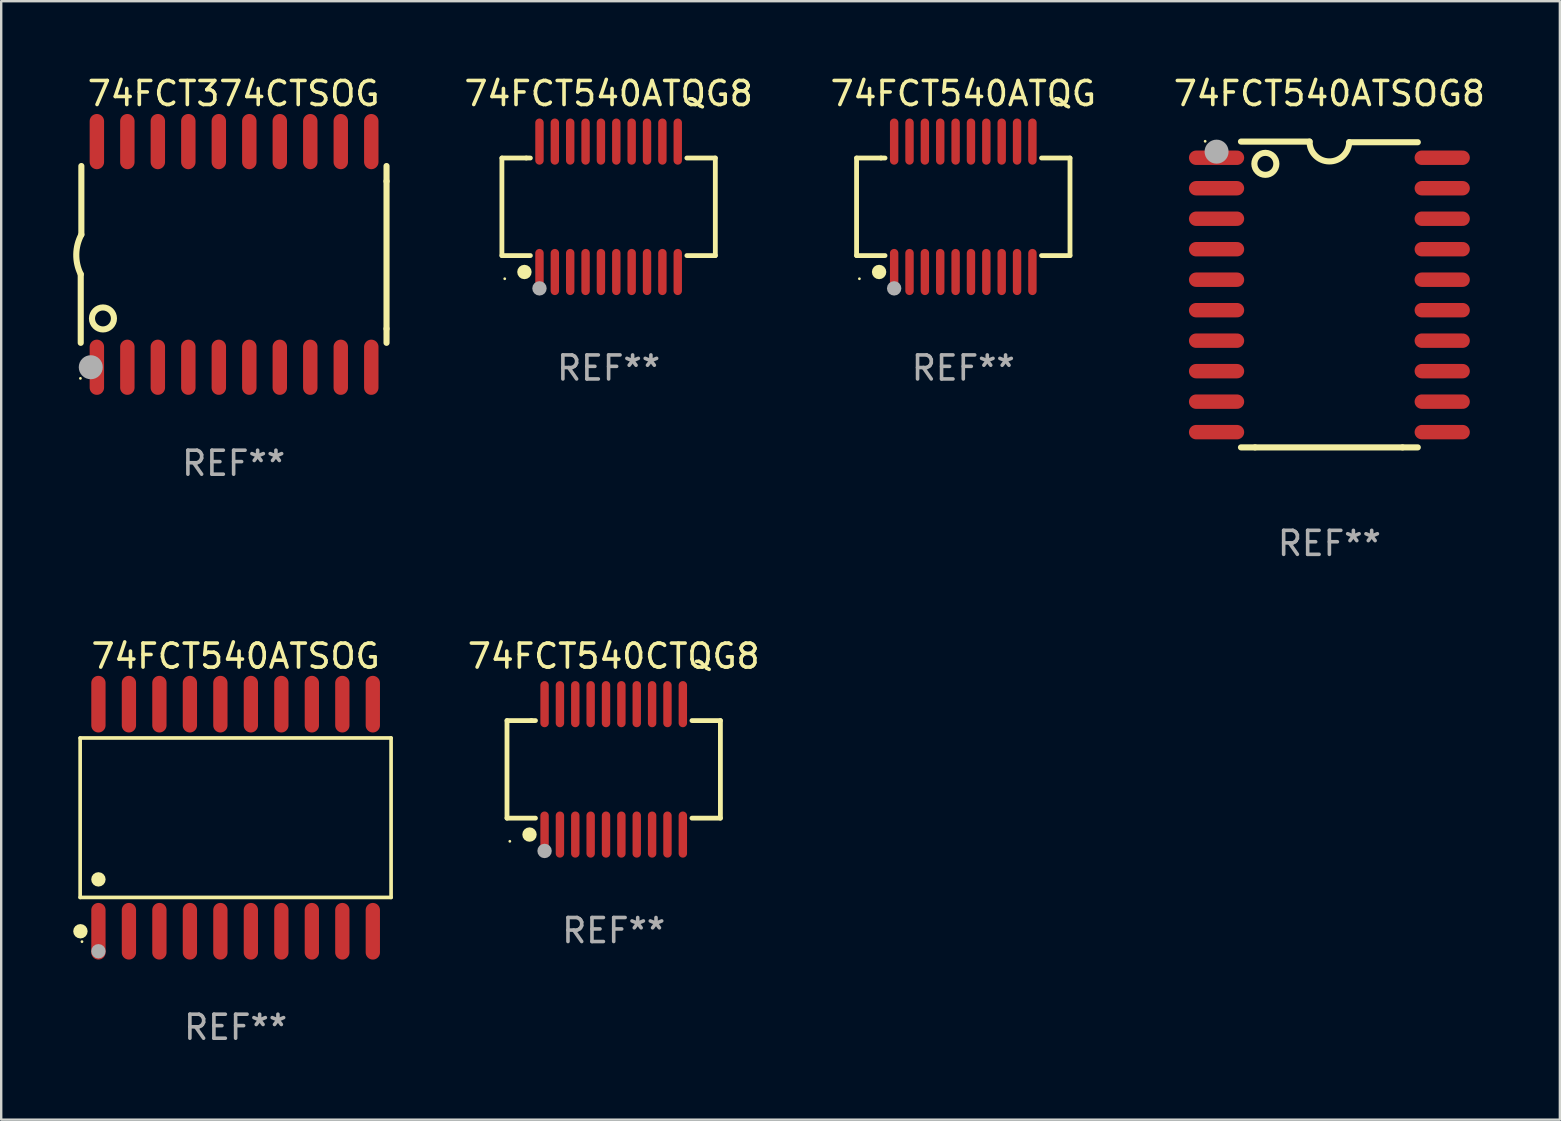
<source format=kicad_pcb>
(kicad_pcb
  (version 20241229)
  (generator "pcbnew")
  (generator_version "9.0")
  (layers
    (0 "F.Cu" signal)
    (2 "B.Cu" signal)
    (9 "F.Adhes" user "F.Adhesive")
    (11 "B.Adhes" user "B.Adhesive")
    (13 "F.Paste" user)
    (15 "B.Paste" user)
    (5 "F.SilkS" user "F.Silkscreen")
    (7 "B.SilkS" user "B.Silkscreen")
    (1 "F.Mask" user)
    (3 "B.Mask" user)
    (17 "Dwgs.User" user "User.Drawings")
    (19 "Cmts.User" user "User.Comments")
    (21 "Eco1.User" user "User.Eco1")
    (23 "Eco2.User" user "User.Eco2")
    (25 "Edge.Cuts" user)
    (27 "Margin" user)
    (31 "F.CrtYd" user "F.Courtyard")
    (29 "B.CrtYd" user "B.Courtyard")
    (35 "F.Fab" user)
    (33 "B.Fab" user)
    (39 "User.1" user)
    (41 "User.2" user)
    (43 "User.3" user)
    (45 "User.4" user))
  (footprint "74FCT540ATSOG8"
    (layer "F.Cu")
    (at 52.326 9.217)
    (property "Reference" "74FCT540ATSOG8" (at 0 -8.369 0) (layer "F.SilkS") (effects (font (size 1 1) (thickness 0.15))))
    (attr through_hole)
    (fp_line (start -3.096 6.369) (end -3.683 6.369) (stroke (width 0.254) (type solid)) (layer "F.SilkS"))
    (fp_line (start -0.825 -6.369) (end -3.683 -6.369) (stroke (width 0.254) (type solid)) (layer "F.SilkS"))
    (fp_line (start 0.826 -6.343) (end 3.683 -6.343) (stroke (width 0.254) (type solid)) (layer "F.SilkS"))
    (fp_line (start 3.048 6.369) (end -3.096 6.369) (stroke (width 0.254) (type solid)) (layer "F.SilkS"))
    (fp_line (start 3.048 6.369) (end 3.683 6.369) (stroke (width 0.254) (type solid)) (layer "F.SilkS"))
    (fp_arc (start 0.825527 -6.343129) (mid -0.012478 -5.543126) (end -0.825476 -6.36853) (stroke (width 0.254001) (type solid)) (layer "F.SilkS"))
    (fp_circle (center -5.175 -6.382) (end -5.145 -6.382) (stroke (width 0.06) (type solid)) (fill no) (layer "F.SilkS"))
    (fp_circle (center -2.667 -5.442) (end -2.209 -5.442) (stroke (width 0.254) (type solid)) (fill no) (layer "F.SilkS"))
    (fp_circle (center -4.699 -5.95) (end -4.449 -5.95) (stroke (width 0.5) (type solid)) (fill no) (layer "F.Fab"))
    (fp_text user "REF**" (at 0 10.369 0) (layer "F.Fab") (effects (font (size 1 1) (thickness 0.15))))
    (pad "1" smd oval (at -4.7 -5.696 90) (size 0.6 2.3) (layers "F.Cu" "F.Mask" "F.Paste"))
    (pad "2" smd oval (at -4.7 -4.426 90) (size 0.6 2.3) (layers "F.Cu" "F.Mask" "F.Paste"))
    (pad "3" smd oval (at -4.7 -3.156 90) (size 0.6 2.3) (layers "F.Cu" "F.Mask" "F.Paste"))
    (pad "4" smd oval (at -4.7 -1.886 90) (size 0.6 2.3) (layers "F.Cu" "F.Mask" "F.Paste"))
    (pad "5" smd oval (at -4.7 -0.616 90) (size 0.6 2.3) (layers "F.Cu" "F.Mask" "F.Paste"))
    (pad "6" smd oval (at -4.7 0.654 90) (size 0.6 2.3) (layers "F.Cu" "F.Mask" "F.Paste"))
    (pad "7" smd oval (at -4.7 1.924 90) (size 0.6 2.3) (layers "F.Cu" "F.Mask" "F.Paste"))
    (pad "8" smd oval (at -4.7 3.194 90) (size 0.6 2.3) (layers "F.Cu" "F.Mask" "F.Paste"))
    (pad "9" smd oval (at -4.7 4.464 90) (size 0.6 2.3) (layers "F.Cu" "F.Mask" "F.Paste"))
    (pad "10" smd oval (at -4.7 5.734 90) (size 0.6 2.3) (layers "F.Cu" "F.Mask" "F.Paste"))
    (pad "11" smd oval (at 4.7 5.734 90) (size 0.6 2.3) (layers "F.Cu" "F.Mask" "F.Paste"))
    (pad "12" smd oval (at 4.7 4.464 90) (size 0.6 2.3) (layers "F.Cu" "F.Mask" "F.Paste"))
    (pad "13" smd oval (at 4.7 3.194 90) (size 0.6 2.3) (layers "F.Cu" "F.Mask" "F.Paste"))
    (pad "14" smd oval (at 4.7 1.924 90) (size 0.6 2.3) (layers "F.Cu" "F.Mask" "F.Paste"))
    (pad "15" smd oval (at 4.7 0.654 90) (size 0.6 2.3) (layers "F.Cu" "F.Mask" "F.Paste"))
    (pad "16" smd oval (at 4.7 -0.616 90) (size 0.6 2.3) (layers "F.Cu" "F.Mask" "F.Paste"))
    (pad "17" smd oval (at 4.7 -1.886 90) (size 0.6 2.3) (layers "F.Cu" "F.Mask" "F.Paste"))
    (pad "18" smd oval (at 4.7 -3.156 90) (size 0.6 2.3) (layers "F.Cu" "F.Mask" "F.Paste"))
    (pad "19" smd oval (at 4.7 -4.426 90) (size 0.6 2.3) (layers "F.Cu" "F.Mask" "F.Paste"))
    (pad "20" smd oval (at 4.7 -5.696 90) (size 0.6 2.3) (layers "F.Cu" "F.Mask" "F.Paste")))
  (footprint "74FCT374CTSOG"
    (layer "F.Cu")
    (at 6.682 7.548)
    (property "Reference" "74FCT374CTSOG" (at 0 -6.7 0) (layer "F.SilkS") (effects (font (size 1 1) (thickness 0.15))))
    (attr through_hole)
    (fp_line (start -6.369 0.826) (end -6.369 3.683) (stroke (width 0.254) (type solid)) (layer "F.SilkS"))
    (fp_line (start -6.343 -0.825) (end -6.343 -3.683) (stroke (width 0.254) (type solid)) (layer "F.SilkS"))
    (fp_line (start 6.369 -3.048) (end 6.369 -3.683) (stroke (width 0.254) (type solid)) (layer "F.SilkS"))
    (fp_line (start 6.369 -3.048) (end 6.369 3.096) (stroke (width 0.254) (type solid)) (layer "F.SilkS"))
    (fp_line (start 6.369 3.096) (end 6.369 3.683) (stroke (width 0.254) (type solid)) (layer "F.SilkS"))
    (fp_arc (start -6.36853 0.825552) (mid -6.554743 -0.00301) (end -6.343129 -0.825451) (stroke (width 0.254001) (type solid)) (layer "F.SilkS"))
    (fp_circle (center -6.382 5.163) (end -6.352 5.163) (stroke (width 0.06) (type solid)) (fill no) (layer "F.SilkS"))
    (fp_circle (center -5.443 2.667) (end -4.985 2.667) (stroke (width 0.254) (type solid)) (fill no) (layer "F.SilkS"))
    (fp_circle (center -5.951 4.699) (end -5.701 4.699) (stroke (width 0.5) (type solid)) (fill no) (layer "F.Fab"))
    (fp_text user "REF**" (at 0 8.7 0) (layer "F.Fab") (effects (font (size 1 1) (thickness 0.15))))
    (pad "1" smd oval (at -5.697 4.7 180) (size 0.6 2.3) (layers "F.Cu" "F.Mask" "F.Paste"))
    (pad "2" smd oval (at -4.427 4.7 180) (size 0.6 2.3) (layers "F.Cu" "F.Mask" "F.Paste"))
    (pad "3" smd oval (at -3.157 4.7 180) (size 0.6 2.3) (layers "F.Cu" "F.Mask" "F.Paste"))
    (pad "4" smd oval (at -1.887 4.7 180) (size 0.6 2.3) (layers "F.Cu" "F.Mask" "F.Paste"))
    (pad "5" smd oval (at -0.617 4.7 180) (size 0.6 2.3) (layers "F.Cu" "F.Mask" "F.Paste"))
    (pad "6" smd oval (at 0.653 4.7 180) (size 0.6 2.3) (layers "F.Cu" "F.Mask" "F.Paste"))
    (pad "7" smd oval (at 1.923 4.7 180) (size 0.6 2.3) (layers "F.Cu" "F.Mask" "F.Paste"))
    (pad "8" smd oval (at 3.193 4.7 180) (size 0.6 2.3) (layers "F.Cu" "F.Mask" "F.Paste"))
    (pad "9" smd oval (at 4.463 4.7 180) (size 0.6 2.3) (layers "F.Cu" "F.Mask" "F.Paste"))
    (pad "10" smd oval (at 5.734 4.7 180) (size 0.6 2.3) (layers "F.Cu" "F.Mask" "F.Paste"))
    (pad "11" smd oval (at 5.734 -4.7 180) (size 0.6 2.3) (layers "F.Cu" "F.Mask" "F.Paste"))
    (pad "12" smd oval (at 4.463 -4.7 180) (size 0.6 2.3) (layers "F.Cu" "F.Mask" "F.Paste"))
    (pad "13" smd oval (at 3.193 -4.7 180) (size 0.6 2.3) (layers "F.Cu" "F.Mask" "F.Paste"))
    (pad "14" smd oval (at 1.923 -4.7 180) (size 0.6 2.3) (layers "F.Cu" "F.Mask" "F.Paste"))
    (pad "15" smd oval (at 0.653 -4.7 180) (size 0.6 2.3) (layers "F.Cu" "F.Mask" "F.Paste"))
    (pad "16" smd oval (at -0.617 -4.7 180) (size 0.6 2.3) (layers "F.Cu" "F.Mask" "F.Paste"))
    (pad "17" smd oval (at -1.887 -4.7 180) (size 0.6 2.3) (layers "F.Cu" "F.Mask" "F.Paste"))
    (pad "18" smd oval (at -3.157 -4.7 180) (size 0.6 2.3) (layers "F.Cu" "F.Mask" "F.Paste"))
    (pad "19" smd oval (at -4.427 -4.7 180) (size 0.6 2.3) (layers "F.Cu" "F.Mask" "F.Paste"))
    (pad "20" smd oval (at -5.697 -4.7 180) (size 0.6 2.3) (layers "F.Cu" "F.Mask" "F.Paste")))
  (footprint "74FCT540ATSOG"
    (layer "F.Cu")
    (at 6.765 31.012)
    (property "Reference" "74FCT540ATSOG" (at 0 -6.73 0) (layer "F.SilkS") (effects (font (size 1 1) (thickness 0.15))))
    (attr through_hole)
    (fp_line (start -6.476 -3.321) (end 6.476 -3.321) (stroke (width 0.152) (type solid)) (layer "F.SilkS"))
    (fp_line (start -6.476 3.321) (end -6.476 -3.321) (stroke (width 0.152) (type solid)) (layer "F.SilkS"))
    (fp_line (start 6.476 -3.321) (end 6.476 3.321) (stroke (width 0.152) (type solid)) (layer "F.SilkS"))
    (fp_line (start 6.476 3.321) (end -6.476 3.321) (stroke (width 0.152) (type solid)) (layer "F.SilkS"))
    (fp_circle (center -6.465 4.73) (end -6.315 4.73) (stroke (width 0.3) (type solid)) (fill no) (layer "F.SilkS"))
    (fp_circle (center -6.4 5.163) (end -6.37 5.163) (stroke (width 0.06) (type solid)) (fill no) (layer "F.SilkS"))
    (fp_circle (center -5.715 2.569) (end -5.565 2.569) (stroke (width 0.3) (type solid)) (fill no) (layer "F.SilkS"))
    (fp_circle (center -5.715 5.563) (end -5.565 5.563) (stroke (width 0.3) (type solid)) (fill no) (layer "F.Fab"))
    (fp_text user "REF**" (at 0 8.73 0) (layer "F.Fab") (effects (font (size 1 1) (thickness 0.15))))
    (pad "1" smd oval (at -5.715 4.73) (size 0.595 2.36) (layers "F.Cu" "F.Mask" "F.Paste"))
    (pad "2" smd oval (at -4.445 4.73) (size 0.595 2.36) (layers "F.Cu" "F.Mask" "F.Paste"))
    (pad "3" smd oval (at -3.175 4.73) (size 0.595 2.36) (layers "F.Cu" "F.Mask" "F.Paste"))
    (pad "4" smd oval (at -1.905 4.73) (size 0.595 2.36) (layers "F.Cu" "F.Mask" "F.Paste"))
    (pad "5" smd oval (at -0.635 4.73) (size 0.595 2.36) (layers "F.Cu" "F.Mask" "F.Paste"))
    (pad "6" smd oval (at 0.635 4.73) (size 0.595 2.36) (layers "F.Cu" "F.Mask" "F.Paste"))
    (pad "7" smd oval (at 1.905 4.73) (size 0.595 2.36) (layers "F.Cu" "F.Mask" "F.Paste"))
    (pad "8" smd oval (at 3.175 4.73) (size 0.595 2.36) (layers "F.Cu" "F.Mask" "F.Paste"))
    (pad "9" smd oval (at 4.445 4.73) (size 0.595 2.36) (layers "F.Cu" "F.Mask" "F.Paste"))
    (pad "10" smd oval (at 5.715 4.73) (size 0.595 2.36) (layers "F.Cu" "F.Mask" "F.Paste"))
    (pad "11" smd oval (at 5.715 -4.73) (size 0.595 2.36) (layers "F.Cu" "F.Mask" "F.Paste"))
    (pad "12" smd oval (at 4.445 -4.73) (size 0.595 2.36) (layers "F.Cu" "F.Mask" "F.Paste"))
    (pad "13" smd oval (at 3.175 -4.73) (size 0.595 2.36) (layers "F.Cu" "F.Mask" "F.Paste"))
    (pad "14" smd oval (at 1.905 -4.73) (size 0.595 2.36) (layers "F.Cu" "F.Mask" "F.Paste"))
    (pad "15" smd oval (at 0.635 -4.73) (size 0.595 2.36) (layers "F.Cu" "F.Mask" "F.Paste"))
    (pad "16" smd oval (at -0.635 -4.73) (size 0.595 2.36) (layers "F.Cu" "F.Mask" "F.Paste"))
    (pad "17" smd oval (at -1.905 -4.73) (size 0.595 2.36) (layers "F.Cu" "F.Mask" "F.Paste"))
    (pad "18" smd oval (at -3.175 -4.73) (size 0.595 2.36) (layers "F.Cu" "F.Mask" "F.Paste"))
    (pad "19" smd oval (at -4.445 -4.73) (size 0.595 2.36) (layers "F.Cu" "F.Mask" "F.Paste"))
    (pad "20" smd oval (at -5.715 -4.73) (size 0.595 2.36) (layers "F.Cu" "F.Mask" "F.Paste")))
  (footprint "74FCT540CTQG8"
    (layer "F.Cu")
    (at 22.514 28.998)
    (property "Reference" "74FCT540CTQG8" (at 0 -4.716 0) (layer "F.SilkS") (effects (font (size 1 1) (thickness 0.15))))
    (attr through_hole)
    (fp_line (start -4.445 -2.032) (end -4.445 2.032) (stroke (width 0.2) (type solid)) (layer "F.SilkS"))
    (fp_line (start -4.445 2.032) (end -3.259 2.032) (stroke (width 0.2) (type solid)) (layer "F.SilkS"))
    (fp_line (start -3.429 -2.032) (end -4.445 -2.032) (stroke (width 0.2) (type solid)) (layer "F.SilkS"))
    (fp_line (start -3.259 -2.032) (end -3.429 -2.032) (stroke (width 0.2) (type solid)) (layer "F.SilkS"))
    (fp_line (start 3.259 2.032) (end 4.445 2.032) (stroke (width 0.2) (type solid)) (layer "F.SilkS"))
    (fp_line (start 4.445 -2.032) (end 3.259 -2.032) (stroke (width 0.2) (type solid)) (layer "F.SilkS"))
    (fp_line (start 4.445 2.032) (end 4.445 -2.032) (stroke (width 0.2) (type solid)) (layer "F.SilkS"))
    (fp_circle (center -4.327 2.997) (end -4.297 2.997) (stroke (width 0.06) (type solid)) (fill no) (layer "F.SilkS"))
    (fp_circle (center -3.507 2.716) (end -3.357 2.716) (stroke (width 0.3) (type solid)) (fill no) (layer "F.SilkS"))
    (fp_circle (center -2.88 3.398) (end -2.73 3.398) (stroke (width 0.3) (type solid)) (fill no) (layer "F.Fab"))
    (fp_text user "REF**" (at 0 6.716 0) (layer "F.Fab") (effects (font (size 1 1) (thickness 0.15))))
    (pad "1" smd oval (at -2.88 2.716) (size 0.35 1.922) (layers "F.Cu" "F.Mask" "F.Paste"))
    (pad "2" smd oval (at -2.24 2.716) (size 0.35 1.922) (layers "F.Cu" "F.Mask" "F.Paste"))
    (pad "3" smd oval (at -1.6 2.716) (size 0.35 1.922) (layers "F.Cu" "F.Mask" "F.Paste"))
    (pad "4" smd oval (at -0.96 2.716) (size 0.35 1.922) (layers "F.Cu" "F.Mask" "F.Paste"))
    (pad "5" smd oval (at -0.32 2.716) (size 0.35 1.922) (layers "F.Cu" "F.Mask" "F.Paste"))
    (pad "6" smd oval (at 0.32 2.716) (size 0.35 1.922) (layers "F.Cu" "F.Mask" "F.Paste"))
    (pad "7" smd oval (at 0.96 2.716) (size 0.35 1.922) (layers "F.Cu" "F.Mask" "F.Paste"))
    (pad "8" smd oval (at 1.6 2.716) (size 0.35 1.922) (layers "F.Cu" "F.Mask" "F.Paste"))
    (pad "9" smd oval (at 2.24 2.716) (size 0.35 1.922) (layers "F.Cu" "F.Mask" "F.Paste"))
    (pad "10" smd oval (at 2.88 2.716) (size 0.35 1.922) (layers "F.Cu" "F.Mask" "F.Paste"))
    (pad "11" smd oval (at 2.88 -2.716) (size 0.35 1.922) (layers "F.Cu" "F.Mask" "F.Paste"))
    (pad "12" smd oval (at 2.24 -2.716) (size 0.35 1.922) (layers "F.Cu" "F.Mask" "F.Paste"))
    (pad "13" smd oval (at 1.6 -2.716) (size 0.35 1.922) (layers "F.Cu" "F.Mask" "F.Paste"))
    (pad "14" smd oval (at 0.96 -2.716) (size 0.35 1.922) (layers "F.Cu" "F.Mask" "F.Paste"))
    (pad "15" smd oval (at 0.32 -2.716) (size 0.35 1.922) (layers "F.Cu" "F.Mask" "F.Paste"))
    (pad "16" smd oval (at -0.32 -2.716) (size 0.35 1.922) (layers "F.Cu" "F.Mask" "F.Paste"))
    (pad "17" smd oval (at -0.96 -2.716) (size 0.35 1.922) (layers "F.Cu" "F.Mask" "F.Paste"))
    (pad "18" smd oval (at -1.6 -2.716) (size 0.35 1.922) (layers "F.Cu" "F.Mask" "F.Paste"))
    (pad "19" smd oval (at -2.24 -2.716) (size 0.35 1.922) (layers "F.Cu" "F.Mask" "F.Paste"))
    (pad "20" smd oval (at -2.88 -2.716) (size 0.35 1.922) (layers "F.Cu" "F.Mask" "F.Paste")))
  (footprint "74FCT540ATQG"
    (layer "F.Cu")
    (at 37.076 5.564)
    (property "Reference" "74FCT540ATQG" (at 0 -4.716 0) (layer "F.SilkS") (effects (font (size 1 1) (thickness 0.15))))
    (attr through_hole)
    (fp_line (start -4.445 -2.032) (end -4.445 2.032) (stroke (width 0.2) (type solid)) (layer "F.SilkS"))
    (fp_line (start -4.445 2.032) (end -3.259 2.032) (stroke (width 0.2) (type solid)) (layer "F.SilkS"))
    (fp_line (start -3.429 -2.032) (end -4.445 -2.032) (stroke (width 0.2) (type solid)) (layer "F.SilkS"))
    (fp_line (start -3.259 -2.032) (end -3.429 -2.032) (stroke (width 0.2) (type solid)) (layer "F.SilkS"))
    (fp_line (start 3.259 2.032) (end 4.445 2.032) (stroke (width 0.2) (type solid)) (layer "F.SilkS"))
    (fp_line (start 4.445 -2.032) (end 3.259 -2.032) (stroke (width 0.2) (type solid)) (layer "F.SilkS"))
    (fp_line (start 4.445 2.032) (end 4.445 -2.032) (stroke (width 0.2) (type solid)) (layer "F.SilkS"))
    (fp_circle (center -4.327 2.997) (end -4.297 2.997) (stroke (width 0.06) (type solid)) (fill no) (layer "F.SilkS"))
    (fp_circle (center -3.507 2.716) (end -3.357 2.716) (stroke (width 0.3) (type solid)) (fill no) (layer "F.SilkS"))
    (fp_circle (center -2.88 3.398) (end -2.73 3.398) (stroke (width 0.3) (type solid)) (fill no) (layer "F.Fab"))
    (fp_text user "REF**" (at 0 6.716 0) (layer "F.Fab") (effects (font (size 1 1) (thickness 0.15))))
    (pad "1" smd oval (at -2.88 2.716) (size 0.35 1.922) (layers "F.Cu" "F.Mask" "F.Paste"))
    (pad "2" smd oval (at -2.24 2.716) (size 0.35 1.922) (layers "F.Cu" "F.Mask" "F.Paste"))
    (pad "3" smd oval (at -1.6 2.716) (size 0.35 1.922) (layers "F.Cu" "F.Mask" "F.Paste"))
    (pad "4" smd oval (at -0.96 2.716) (size 0.35 1.922) (layers "F.Cu" "F.Mask" "F.Paste"))
    (pad "5" smd oval (at -0.32 2.716) (size 0.35 1.922) (layers "F.Cu" "F.Mask" "F.Paste"))
    (pad "6" smd oval (at 0.32 2.716) (size 0.35 1.922) (layers "F.Cu" "F.Mask" "F.Paste"))
    (pad "7" smd oval (at 0.96 2.716) (size 0.35 1.922) (layers "F.Cu" "F.Mask" "F.Paste"))
    (pad "8" smd oval (at 1.6 2.716) (size 0.35 1.922) (layers "F.Cu" "F.Mask" "F.Paste"))
    (pad "9" smd oval (at 2.24 2.716) (size 0.35 1.922) (layers "F.Cu" "F.Mask" "F.Paste"))
    (pad "10" smd oval (at 2.88 2.716) (size 0.35 1.922) (layers "F.Cu" "F.Mask" "F.Paste"))
    (pad "11" smd oval (at 2.88 -2.716) (size 0.35 1.922) (layers "F.Cu" "F.Mask" "F.Paste"))
    (pad "12" smd oval (at 2.24 -2.716) (size 0.35 1.922) (layers "F.Cu" "F.Mask" "F.Paste"))
    (pad "13" smd oval (at 1.6 -2.716) (size 0.35 1.922) (layers "F.Cu" "F.Mask" "F.Paste"))
    (pad "14" smd oval (at 0.96 -2.716) (size 0.35 1.922) (layers "F.Cu" "F.Mask" "F.Paste"))
    (pad "15" smd oval (at 0.32 -2.716) (size 0.35 1.922) (layers "F.Cu" "F.Mask" "F.Paste"))
    (pad "16" smd oval (at -0.32 -2.716) (size 0.35 1.922) (layers "F.Cu" "F.Mask" "F.Paste"))
    (pad "17" smd oval (at -0.96 -2.716) (size 0.35 1.922) (layers "F.Cu" "F.Mask" "F.Paste"))
    (pad "18" smd oval (at -1.6 -2.716) (size 0.35 1.922) (layers "F.Cu" "F.Mask" "F.Paste"))
    (pad "19" smd oval (at -2.24 -2.716) (size 0.35 1.922) (layers "F.Cu" "F.Mask" "F.Paste"))
    (pad "20" smd oval (at -2.88 -2.716) (size 0.35 1.922) (layers "F.Cu" "F.Mask" "F.Paste")))
  (footprint "74FCT540ATQG8"
    (layer "F.Cu")
    (at 22.302 5.564)
    (property "Reference" "74FCT540ATQG8" (at 0 -4.716 0) (layer "F.SilkS") (effects (font (size 1 1) (thickness 0.15))))
    (attr through_hole)
    (fp_line (start -4.445 -2.032) (end -4.445 2.032) (stroke (width 0.2) (type solid)) (layer "F.SilkS"))
    (fp_line (start -4.445 2.032) (end -3.259 2.032) (stroke (width 0.2) (type solid)) (layer "F.SilkS"))
    (fp_line (start -3.429 -2.032) (end -4.445 -2.032) (stroke (width 0.2) (type solid)) (layer "F.SilkS"))
    (fp_line (start -3.259 -2.032) (end -3.429 -2.032) (stroke (width 0.2) (type solid)) (layer "F.SilkS"))
    (fp_line (start 3.259 2.032) (end 4.445 2.032) (stroke (width 0.2) (type solid)) (layer "F.SilkS"))
    (fp_line (start 4.445 -2.032) (end 3.259 -2.032) (stroke (width 0.2) (type solid)) (layer "F.SilkS"))
    (fp_line (start 4.445 2.032) (end 4.445 -2.032) (stroke (width 0.2) (type solid)) (layer "F.SilkS"))
    (fp_circle (center -4.327 2.997) (end -4.297 2.997) (stroke (width 0.06) (type solid)) (fill no) (layer "F.SilkS"))
    (fp_circle (center -3.507 2.716) (end -3.357 2.716) (stroke (width 0.3) (type solid)) (fill no) (layer "F.SilkS"))
    (fp_circle (center -2.88 3.398) (end -2.73 3.398) (stroke (width 0.3) (type solid)) (fill no) (layer "F.Fab"))
    (fp_text user "REF**" (at 0 6.716 0) (layer "F.Fab") (effects (font (size 1 1) (thickness 0.15))))
    (pad "1" smd oval (at -2.88 2.716) (size 0.35 1.922) (layers "F.Cu" "F.Mask" "F.Paste"))
    (pad "2" smd oval (at -2.24 2.716) (size 0.35 1.922) (layers "F.Cu" "F.Mask" "F.Paste"))
    (pad "3" smd oval (at -1.6 2.716) (size 0.35 1.922) (layers "F.Cu" "F.Mask" "F.Paste"))
    (pad "4" smd oval (at -0.96 2.716) (size 0.35 1.922) (layers "F.Cu" "F.Mask" "F.Paste"))
    (pad "5" smd oval (at -0.32 2.716) (size 0.35 1.922) (layers "F.Cu" "F.Mask" "F.Paste"))
    (pad "6" smd oval (at 0.32 2.716) (size 0.35 1.922) (layers "F.Cu" "F.Mask" "F.Paste"))
    (pad "7" smd oval (at 0.96 2.716) (size 0.35 1.922) (layers "F.Cu" "F.Mask" "F.Paste"))
    (pad "8" smd oval (at 1.6 2.716) (size 0.35 1.922) (layers "F.Cu" "F.Mask" "F.Paste"))
    (pad "9" smd oval (at 2.24 2.716) (size 0.35 1.922) (layers "F.Cu" "F.Mask" "F.Paste"))
    (pad "10" smd oval (at 2.88 2.716) (size 0.35 1.922) (layers "F.Cu" "F.Mask" "F.Paste"))
    (pad "11" smd oval (at 2.88 -2.716) (size 0.35 1.922) (layers "F.Cu" "F.Mask" "F.Paste"))
    (pad "12" smd oval (at 2.24 -2.716) (size 0.35 1.922) (layers "F.Cu" "F.Mask" "F.Paste"))
    (pad "13" smd oval (at 1.6 -2.716) (size 0.35 1.922) (layers "F.Cu" "F.Mask" "F.Paste"))
    (pad "14" smd oval (at 0.96 -2.716) (size 0.35 1.922) (layers "F.Cu" "F.Mask" "F.Paste"))
    (pad "15" smd oval (at 0.32 -2.716) (size 0.35 1.922) (layers "F.Cu" "F.Mask" "F.Paste"))
    (pad "16" smd oval (at -0.32 -2.716) (size 0.35 1.922) (layers "F.Cu" "F.Mask" "F.Paste"))
    (pad "17" smd oval (at -0.96 -2.716) (size 0.35 1.922) (layers "F.Cu" "F.Mask" "F.Paste"))
    (pad "18" smd oval (at -1.6 -2.716) (size 0.35 1.922) (layers "F.Cu" "F.Mask" "F.Paste"))
    (pad "19" smd oval (at -2.24 -2.716) (size 0.35 1.922) (layers "F.Cu" "F.Mask" "F.Paste"))
    (pad "20" smd oval (at -2.88 -2.716) (size 0.35 1.922) (layers "F.Cu" "F.Mask" "F.Paste")))
  (gr_rect
    (start -3 -3)
    (end 61.927 43.59)
    (stroke (width 0.1) (type default))
    (fill no)
    (layer "Edge.Cuts")))
</source>
